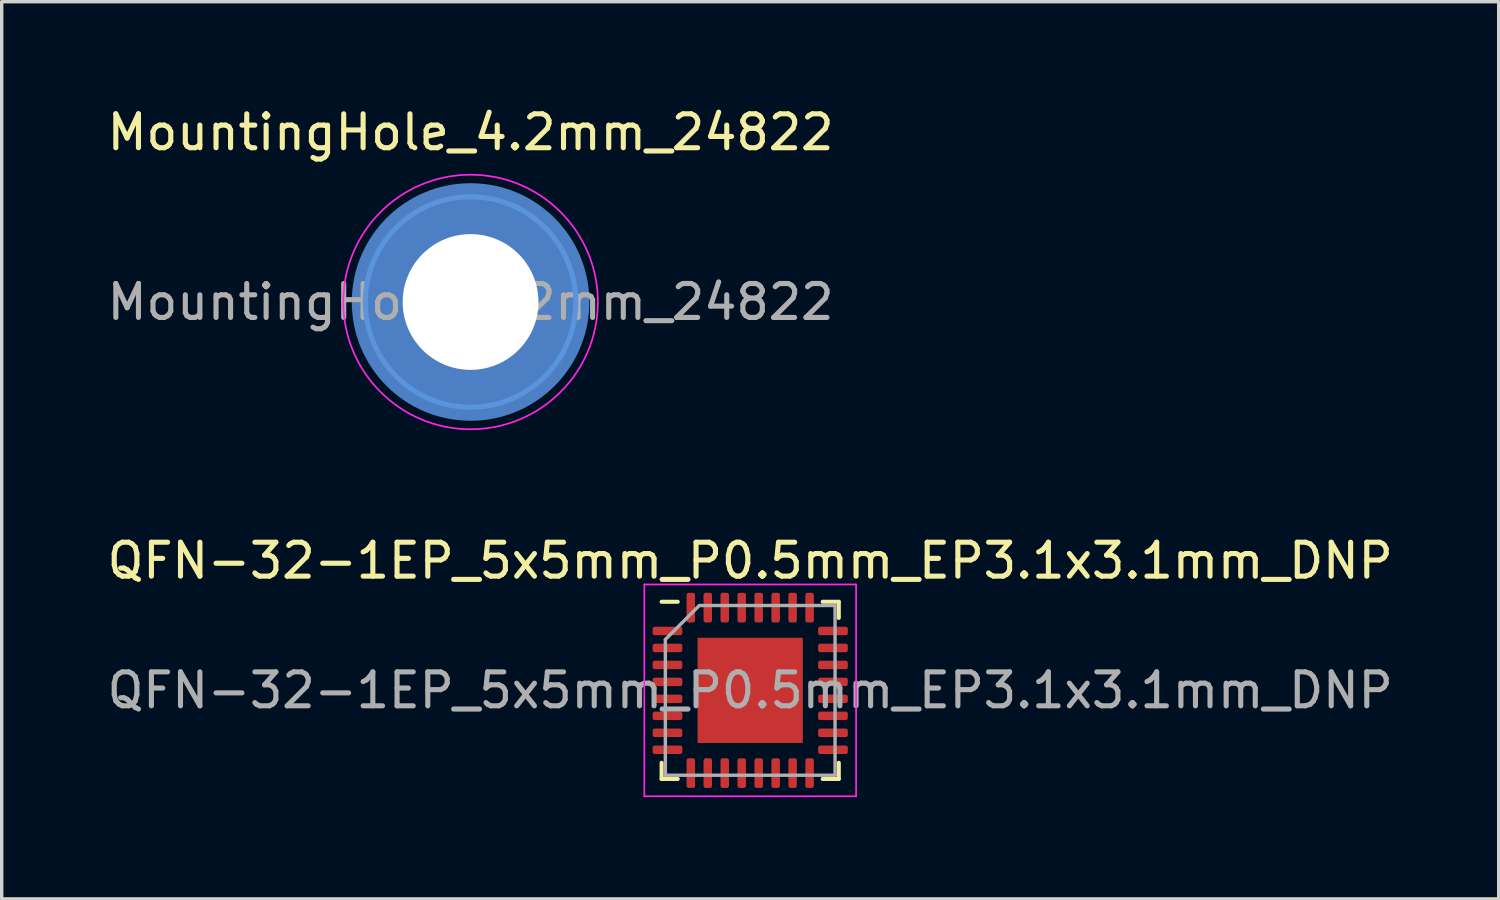
<source format=kicad_pcb>
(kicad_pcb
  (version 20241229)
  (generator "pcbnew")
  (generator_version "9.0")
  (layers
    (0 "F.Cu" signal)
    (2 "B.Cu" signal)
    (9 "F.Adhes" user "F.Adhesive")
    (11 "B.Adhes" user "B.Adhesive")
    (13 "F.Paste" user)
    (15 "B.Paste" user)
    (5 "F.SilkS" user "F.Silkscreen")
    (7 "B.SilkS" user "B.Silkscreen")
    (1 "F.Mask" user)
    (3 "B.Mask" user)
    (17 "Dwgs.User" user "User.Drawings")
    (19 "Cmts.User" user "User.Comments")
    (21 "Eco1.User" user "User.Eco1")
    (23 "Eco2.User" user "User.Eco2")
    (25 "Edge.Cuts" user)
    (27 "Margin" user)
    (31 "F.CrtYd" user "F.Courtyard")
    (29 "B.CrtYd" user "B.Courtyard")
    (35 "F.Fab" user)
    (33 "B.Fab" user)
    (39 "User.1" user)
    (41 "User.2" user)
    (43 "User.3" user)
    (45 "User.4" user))
  (footprint "MountingHole_4.2mm_24822"
    (layer "F.Cu")
    (at 10.815 5.848)
    (property "Reference" "MountingHole_4.2mm_24822" (at 0 -5 0) (layer "F.SilkS") (effects (font (size 1 1) (thickness 0.15))))
    (fp_circle (center 0 0) (end 3.1 0) (stroke (width 0.15) (type solid)) (fill no) (layer "Cmts.User"))
    (fp_circle (center 0 0) (end 3.75 0) (stroke (width 0.05) (type solid)) (fill no) (layer "F.CrtYd"))
    (fp_text user "${REFERENCE}" (at 0 0 0) (layer "F.Fab") (effects (font (size 1 1) (thickness 0.15))))
    (pad "1" thru_hole circle (at 0 0) (size 4.4 4.4) (drill 4) (layers "*.Cu" "*.Mask"))
    (pad "1" connect circle (at 0 0) (size 6.2 6.2) (layers "F.Cu" "F.Mask"))
    (pad "1" smd circle (at 0 0) (size 7 7) (layers "B.Cu")))
  (footprint "QFN-32-1EP_5x5mm_P0.5mm_EP3.1x3.1mm_DNP"
    (layer "F.Cu")
    (at 19.054 17.291)
    (property "Reference" "QFN-32-1EP_5x5mm_P0.5mm_EP3.1x3.1mm_DNP" (at 0 -3.82 0) (layer "F.SilkS") (effects (font (size 1 1) (thickness 0.15))))
    (attr smd exclude_from_pos_files exclude_from_bom allow_missing_courtyard)
    (fp_line (start -2.61 2.61) (end -2.61 2.135) (stroke (width 0.12) (type solid)) (layer "F.SilkS"))
    (fp_line (start -2.135 -2.61) (end -2.61 -2.61) (stroke (width 0.12) (type solid)) (layer "F.SilkS"))
    (fp_line (start -2.135 2.61) (end -2.61 2.61) (stroke (width 0.12) (type solid)) (layer "F.SilkS"))
    (fp_line (start 2.135 -2.61) (end 2.61 -2.61) (stroke (width 0.12) (type solid)) (layer "F.SilkS"))
    (fp_line (start 2.135 2.61) (end 2.61 2.61) (stroke (width 0.12) (type solid)) (layer "F.SilkS"))
    (fp_line (start 2.61 -2.61) (end 2.61 -2.135) (stroke (width 0.12) (type solid)) (layer "F.SilkS"))
    (fp_line (start 2.61 2.61) (end 2.61 2.135) (stroke (width 0.12) (type solid)) (layer "F.SilkS"))
    (fp_line (start -3.12 -3.12) (end -3.12 3.12) (stroke (width 0.05) (type solid)) (layer "F.CrtYd"))
    (fp_line (start -3.12 3.12) (end 3.12 3.12) (stroke (width 0.05) (type solid)) (layer "F.CrtYd"))
    (fp_line (start 3.12 -3.12) (end -3.12 -3.12) (stroke (width 0.05) (type solid)) (layer "F.CrtYd"))
    (fp_line (start 3.12 3.12) (end 3.12 -3.12) (stroke (width 0.05) (type solid)) (layer "F.CrtYd"))
    (fp_line (start -2.5 -1.5) (end -1.5 -2.5) (stroke (width 0.1) (type solid)) (layer "F.Fab"))
    (fp_line (start -2.5 2.5) (end -2.5 -1.5) (stroke (width 0.1) (type solid)) (layer "F.Fab"))
    (fp_line (start -1.5 -2.5) (end 2.5 -2.5) (stroke (width 0.1) (type solid)) (layer "F.Fab"))
    (fp_line (start 2.5 -2.5) (end 2.5 2.5) (stroke (width 0.1) (type solid)) (layer "F.Fab"))
    (fp_line (start 2.5 2.5) (end -2.5 2.5) (stroke (width 0.1) (type solid)) (layer "F.Fab"))
    (fp_text user "${REFERENCE}" (at 0 0 0) (layer "F.Fab") (effects (font (size 1 1) (thickness 0.15))))
    (pad "1" smd roundrect (at -2.438 -1.75) (size 0.875 0.25) (layers "F.Cu" "F.Mask") (roundrect_rratio 0.25))
    (pad "2" smd roundrect (at -2.438 -1.25) (size 0.875 0.25) (layers "F.Cu" "F.Mask") (roundrect_rratio 0.25))
    (pad "3" smd roundrect (at -2.438 -0.75) (size 0.875 0.25) (layers "F.Cu" "F.Mask") (roundrect_rratio 0.25))
    (pad "4" smd roundrect (at -2.438 -0.25) (size 0.875 0.25) (layers "F.Cu" "F.Mask") (roundrect_rratio 0.25))
    (pad "5" smd roundrect (at -2.438 0.25) (size 0.875 0.25) (layers "F.Cu" "F.Mask") (roundrect_rratio 0.25))
    (pad "6" smd roundrect (at -2.438 0.75) (size 0.875 0.25) (layers "F.Cu" "F.Mask") (roundrect_rratio 0.25))
    (pad "7" smd roundrect (at -2.438 1.25) (size 0.875 0.25) (layers "F.Cu" "F.Mask") (roundrect_rratio 0.25))
    (pad "8" smd roundrect (at -2.438 1.75) (size 0.875 0.25) (layers "F.Cu" "F.Mask") (roundrect_rratio 0.25))
    (pad "9" smd roundrect (at -1.75 2.438) (size 0.25 0.875) (layers "F.Cu" "F.Mask") (roundrect_rratio 0.25))
    (pad "10" smd roundrect (at -1.25 2.438) (size 0.25 0.875) (layers "F.Cu" "F.Mask") (roundrect_rratio 0.25))
    (pad "11" smd roundrect (at -0.75 2.438) (size 0.25 0.875) (layers "F.Cu" "F.Mask") (roundrect_rratio 0.25))
    (pad "12" smd roundrect (at -0.25 2.438) (size 0.25 0.875) (layers "F.Cu" "F.Mask") (roundrect_rratio 0.25))
    (pad "13" smd roundrect (at 0.25 2.438) (size 0.25 0.875) (layers "F.Cu" "F.Mask") (roundrect_rratio 0.25))
    (pad "14" smd roundrect (at 0.75 2.438) (size 0.25 0.875) (layers "F.Cu" "F.Mask") (roundrect_rratio 0.25))
    (pad "15" smd roundrect (at 1.25 2.438) (size 0.25 0.875) (layers "F.Cu" "F.Mask") (roundrect_rratio 0.25))
    (pad "16" smd roundrect (at 1.75 2.438) (size 0.25 0.875) (layers "F.Cu" "F.Mask") (roundrect_rratio 0.25))
    (pad "17" smd roundrect (at 2.438 1.75) (size 0.875 0.25) (layers "F.Cu" "F.Mask") (roundrect_rratio 0.25))
    (pad "18" smd roundrect (at 2.438 1.25) (size 0.875 0.25) (layers "F.Cu" "F.Mask") (roundrect_rratio 0.25))
    (pad "19" smd roundrect (at 2.438 0.75) (size 0.875 0.25) (layers "F.Cu" "F.Mask") (roundrect_rratio 0.25))
    (pad "20" smd roundrect (at 2.438 0.25) (size 0.875 0.25) (layers "F.Cu" "F.Mask") (roundrect_rratio 0.25))
    (pad "21" smd roundrect (at 2.438 -0.25) (size 0.875 0.25) (layers "F.Cu" "F.Mask") (roundrect_rratio 0.25))
    (pad "22" smd roundrect (at 2.438 -0.75) (size 0.875 0.25) (layers "F.Cu" "F.Mask") (roundrect_rratio 0.25))
    (pad "23" smd roundrect (at 2.438 -1.25) (size 0.875 0.25) (layers "F.Cu" "F.Mask") (roundrect_rratio 0.25))
    (pad "24" smd roundrect (at 2.438 -1.75) (size 0.875 0.25) (layers "F.Cu" "F.Mask") (roundrect_rratio 0.25))
    (pad "25" smd roundrect (at 1.75 -2.438) (size 0.25 0.875) (layers "F.Cu" "F.Mask") (roundrect_rratio 0.25))
    (pad "26" smd roundrect (at 1.25 -2.438) (size 0.25 0.875) (layers "F.Cu" "F.Mask") (roundrect_rratio 0.25))
    (pad "27" smd roundrect (at 0.75 -2.438) (size 0.25 0.875) (layers "F.Cu" "F.Mask") (roundrect_rratio 0.25))
    (pad "28" smd roundrect (at 0.25 -2.438) (size 0.25 0.875) (layers "F.Cu" "F.Mask") (roundrect_rratio 0.25))
    (pad "29" smd roundrect (at -0.25 -2.438) (size 0.25 0.875) (layers "F.Cu" "F.Mask") (roundrect_rratio 0.25))
    (pad "30" smd roundrect (at -0.75 -2.438) (size 0.25 0.875) (layers "F.Cu" "F.Mask") (roundrect_rratio 0.25))
    (pad "31" smd roundrect (at -1.25 -2.438) (size 0.25 0.875) (layers "F.Cu" "F.Mask") (roundrect_rratio 0.25))
    (pad "32" smd roundrect (at -1.75 -2.438) (size 0.25 0.875) (layers "F.Cu" "F.Mask") (roundrect_rratio 0.25))
    (pad "33" smd rect (at 0 0) (size 3.1 3.1) (layers "F.Cu" "F.Mask")))
  (gr_rect
    (start -3 -3)
    (end 41.107 23.436)
    (stroke (width 0.1) (type default))
    (fill no)
    (layer "Edge.Cuts")))
</source>
